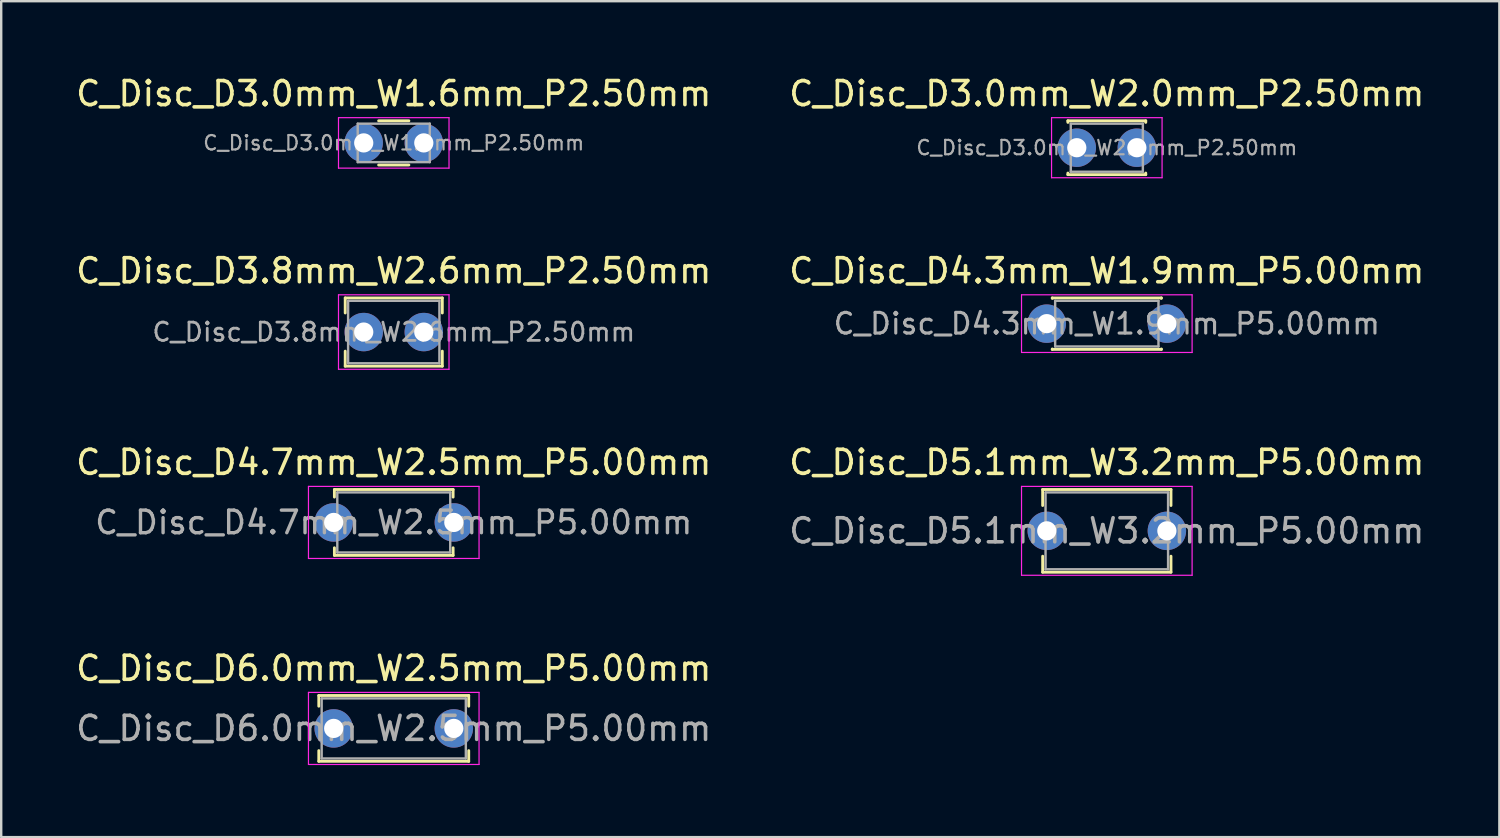
<source format=kicad_pcb>
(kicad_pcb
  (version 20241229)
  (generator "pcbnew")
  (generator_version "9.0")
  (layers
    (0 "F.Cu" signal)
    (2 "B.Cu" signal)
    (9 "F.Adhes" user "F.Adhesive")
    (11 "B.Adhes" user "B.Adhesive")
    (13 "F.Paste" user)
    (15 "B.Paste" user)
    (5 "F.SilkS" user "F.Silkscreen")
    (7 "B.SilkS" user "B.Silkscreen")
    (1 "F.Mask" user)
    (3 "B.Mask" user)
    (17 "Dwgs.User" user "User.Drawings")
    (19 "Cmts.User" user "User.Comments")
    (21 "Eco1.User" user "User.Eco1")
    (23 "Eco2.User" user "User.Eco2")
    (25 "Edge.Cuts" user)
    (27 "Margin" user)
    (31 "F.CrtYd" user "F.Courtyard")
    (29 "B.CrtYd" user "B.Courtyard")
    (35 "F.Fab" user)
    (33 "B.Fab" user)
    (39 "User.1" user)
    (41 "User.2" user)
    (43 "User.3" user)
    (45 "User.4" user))
  (footprint "C_Disc_D3.0mm_W1.6mm_P2.50mm"
    (layer "F.Cu")
    (at 12.089 2.898)
    (property "Reference" "C_Disc_D3.0mm_W1.6mm_P2.50mm" (at 1.25 -2.05 0) (layer "F.SilkS") (effects (font (size 1 1) (thickness 0.15))))
    (attr through_hole)
    (fp_line (start 0.621 -0.92) (end 1.879 -0.92) (stroke (width 0.12) (type solid)) (layer "F.SilkS"))
    (fp_line (start 0.621 0.92) (end 1.879 0.92) (stroke (width 0.12) (type solid)) (layer "F.SilkS"))
    (fp_line (start -1.05 -1.05) (end -1.05 1.05) (stroke (width 0.05) (type solid)) (layer "F.CrtYd"))
    (fp_line (start -1.05 1.05) (end 3.55 1.05) (stroke (width 0.05) (type solid)) (layer "F.CrtYd"))
    (fp_line (start 3.55 -1.05) (end -1.05 -1.05) (stroke (width 0.05) (type solid)) (layer "F.CrtYd"))
    (fp_line (start 3.55 1.05) (end 3.55 -1.05) (stroke (width 0.05) (type solid)) (layer "F.CrtYd"))
    (fp_line (start -0.25 -0.8) (end -0.25 0.8) (stroke (width 0.1) (type solid)) (layer "F.Fab"))
    (fp_line (start -0.25 0.8) (end 2.75 0.8) (stroke (width 0.1) (type solid)) (layer "F.Fab"))
    (fp_line (start 2.75 -0.8) (end -0.25 -0.8) (stroke (width 0.1) (type solid)) (layer "F.Fab"))
    (fp_line (start 2.75 0.8) (end 2.75 -0.8) (stroke (width 0.1) (type solid)) (layer "F.Fab"))
    (fp_text user "${REFERENCE}" (at 1.25 0 0) (layer "F.Fab") (effects (font (size 0.6 0.6) (thickness 0.09))))
    (pad "1" thru_hole circle (at 0 0) (size 1.6 1.6) (drill 0.8) (layers "*.Cu" "*.Mask"))
    (pad "2" thru_hole circle (at 2.5 0) (size 1.6 1.6) (drill 0.8) (layers "*.Cu" "*.Mask")))
  (footprint "C_Disc_D3.0mm_W2.0mm_P2.50mm"
    (layer "F.Cu")
    (at 41.768 3.098)
    (property "Reference" "C_Disc_D3.0mm_W2.0mm_P2.50mm" (at 1.25 -2.25 0) (layer "F.SilkS") (effects (font (size 1 1) (thickness 0.15))))
    (attr through_hole)
    (fp_line (start -0.37 -1.12) (end -0.37 -1.055) (stroke (width 0.12) (type solid)) (layer "F.SilkS"))
    (fp_line (start -0.37 -1.12) (end 2.87 -1.12) (stroke (width 0.12) (type solid)) (layer "F.SilkS"))
    (fp_line (start -0.37 1.055) (end -0.37 1.12) (stroke (width 0.12) (type solid)) (layer "F.SilkS"))
    (fp_line (start -0.37 1.12) (end 2.87 1.12) (stroke (width 0.12) (type solid)) (layer "F.SilkS"))
    (fp_line (start 2.87 -1.12) (end 2.87 -1.055) (stroke (width 0.12) (type solid)) (layer "F.SilkS"))
    (fp_line (start 2.87 1.055) (end 2.87 1.12) (stroke (width 0.12) (type solid)) (layer "F.SilkS"))
    (fp_line (start -1.05 -1.25) (end -1.05 1.25) (stroke (width 0.05) (type solid)) (layer "F.CrtYd"))
    (fp_line (start -1.05 1.25) (end 3.55 1.25) (stroke (width 0.05) (type solid)) (layer "F.CrtYd"))
    (fp_line (start 3.55 -1.25) (end -1.05 -1.25) (stroke (width 0.05) (type solid)) (layer "F.CrtYd"))
    (fp_line (start 3.55 1.25) (end 3.55 -1.25) (stroke (width 0.05) (type solid)) (layer "F.CrtYd"))
    (fp_line (start -0.25 -1) (end -0.25 1) (stroke (width 0.1) (type solid)) (layer "F.Fab"))
    (fp_line (start -0.25 1) (end 2.75 1) (stroke (width 0.1) (type solid)) (layer "F.Fab"))
    (fp_line (start 2.75 -1) (end -0.25 -1) (stroke (width 0.1) (type solid)) (layer "F.Fab"))
    (fp_line (start 2.75 1) (end 2.75 -1) (stroke (width 0.1) (type solid)) (layer "F.Fab"))
    (fp_text user "${REFERENCE}" (at 1.25 0 0) (layer "F.Fab") (effects (font (size 0.6 0.6) (thickness 0.09))))
    (pad "1" thru_hole circle (at 0 0) (size 1.6 1.6) (drill 0.8) (layers "*.Cu" "*.Mask"))
    (pad "2" thru_hole circle (at 2.5 0) (size 1.6 1.6) (drill 0.8) (layers "*.Cu" "*.Mask")))
  (footprint "C_Disc_D3.8mm_W2.6mm_P2.50mm"
    (layer "F.Cu")
    (at 12.089 10.771)
    (property "Reference" "C_Disc_D3.8mm_W2.6mm_P2.50mm" (at 1.25 -2.55 0) (layer "F.SilkS") (effects (font (size 1 1) (thickness 0.15))))
    (attr through_hole)
    (fp_line (start -0.77 -1.42) (end -0.77 -0.795) (stroke (width 0.12) (type solid)) (layer "F.SilkS"))
    (fp_line (start -0.77 -1.42) (end 3.27 -1.42) (stroke (width 0.12) (type solid)) (layer "F.SilkS"))
    (fp_line (start -0.77 0.795) (end -0.77 1.42) (stroke (width 0.12) (type solid)) (layer "F.SilkS"))
    (fp_line (start -0.77 1.42) (end 3.27 1.42) (stroke (width 0.12) (type solid)) (layer "F.SilkS"))
    (fp_line (start 3.27 -1.42) (end 3.27 -0.795) (stroke (width 0.12) (type solid)) (layer "F.SilkS"))
    (fp_line (start 3.27 0.795) (end 3.27 1.42) (stroke (width 0.12) (type solid)) (layer "F.SilkS"))
    (fp_line (start -1.05 -1.55) (end -1.05 1.55) (stroke (width 0.05) (type solid)) (layer "F.CrtYd"))
    (fp_line (start -1.05 1.55) (end 3.55 1.55) (stroke (width 0.05) (type solid)) (layer "F.CrtYd"))
    (fp_line (start 3.55 -1.55) (end -1.05 -1.55) (stroke (width 0.05) (type solid)) (layer "F.CrtYd"))
    (fp_line (start 3.55 1.55) (end 3.55 -1.55) (stroke (width 0.05) (type solid)) (layer "F.CrtYd"))
    (fp_line (start -0.65 -1.3) (end -0.65 1.3) (stroke (width 0.1) (type solid)) (layer "F.Fab"))
    (fp_line (start -0.65 1.3) (end 3.15 1.3) (stroke (width 0.1) (type solid)) (layer "F.Fab"))
    (fp_line (start 3.15 -1.3) (end -0.65 -1.3) (stroke (width 0.1) (type solid)) (layer "F.Fab"))
    (fp_line (start 3.15 1.3) (end 3.15 -1.3) (stroke (width 0.1) (type solid)) (layer "F.Fab"))
    (fp_text user "${REFERENCE}" (at 1.25 0 0) (layer "F.Fab") (effects (font (size 0.76 0.76) (thickness 0.114))))
    (pad "1" thru_hole circle (at 0 0) (size 1.6 1.6) (drill 0.8) (layers "*.Cu" "*.Mask"))
    (pad "2" thru_hole circle (at 2.5 0) (size 1.6 1.6) (drill 0.8) (layers "*.Cu" "*.Mask")))
  (footprint "C_Disc_D5.1mm_W3.2mm_P5.00mm"
    (layer "F.Cu")
    (at 40.518 19.045)
    (property "Reference" "C_Disc_D5.1mm_W3.2mm_P5.00mm" (at 2.5 -2.85 0) (layer "F.SilkS") (effects (font (size 1 1) (thickness 0.15))))
    (attr through_hole)
    (fp_line (start -0.17 -1.721) (end -0.17 -1.055) (stroke (width 0.12) (type solid)) (layer "F.SilkS"))
    (fp_line (start -0.17 -1.721) (end 5.17 -1.721) (stroke (width 0.12) (type solid)) (layer "F.SilkS"))
    (fp_line (start -0.17 1.055) (end -0.17 1.721) (stroke (width 0.12) (type solid)) (layer "F.SilkS"))
    (fp_line (start -0.17 1.721) (end 5.17 1.721) (stroke (width 0.12) (type solid)) (layer "F.SilkS"))
    (fp_line (start 5.17 -1.721) (end 5.17 -1.055) (stroke (width 0.12) (type solid)) (layer "F.SilkS"))
    (fp_line (start 5.17 1.055) (end 5.17 1.721) (stroke (width 0.12) (type solid)) (layer "F.SilkS"))
    (fp_line (start -1.05 -1.85) (end -1.05 1.85) (stroke (width 0.05) (type solid)) (layer "F.CrtYd"))
    (fp_line (start -1.05 1.85) (end 6.05 1.85) (stroke (width 0.05) (type solid)) (layer "F.CrtYd"))
    (fp_line (start 6.05 -1.85) (end -1.05 -1.85) (stroke (width 0.05) (type solid)) (layer "F.CrtYd"))
    (fp_line (start 6.05 1.85) (end 6.05 -1.85) (stroke (width 0.05) (type solid)) (layer "F.CrtYd"))
    (fp_line (start -0.05 -1.6) (end -0.05 1.6) (stroke (width 0.1) (type solid)) (layer "F.Fab"))
    (fp_line (start -0.05 1.6) (end 5.05 1.6) (stroke (width 0.1) (type solid)) (layer "F.Fab"))
    (fp_line (start 5.05 -1.6) (end -0.05 -1.6) (stroke (width 0.1) (type solid)) (layer "F.Fab"))
    (fp_line (start 5.05 1.6) (end 5.05 -1.6) (stroke (width 0.1) (type solid)) (layer "F.Fab"))
    (fp_text user "${REFERENCE}" (at 2.5 0 0) (layer "F.Fab") (effects (font (size 1 1) (thickness 0.15))))
    (pad "1" thru_hole circle (at 0 0) (size 1.6 1.6) (drill 0.8) (layers "*.Cu" "*.Mask"))
    (pad "2" thru_hole circle (at 5 0) (size 1.6 1.6) (drill 0.8) (layers "*.Cu" "*.Mask")))
  (footprint "C_Disc_D4.7mm_W2.5mm_P5.00mm"
    (layer "F.Cu")
    (at 10.839 18.695)
    (property "Reference" "C_Disc_D4.7mm_W2.5mm_P5.00mm" (at 2.5 -2.5 0) (layer "F.SilkS") (effects (font (size 1 1) (thickness 0.15))))
    (attr through_hole)
    (fp_line (start 0.03 -1.37) (end 0.03 -1.055) (stroke (width 0.12) (type solid)) (layer "F.SilkS"))
    (fp_line (start 0.03 -1.37) (end 4.97 -1.37) (stroke (width 0.12) (type solid)) (layer "F.SilkS"))
    (fp_line (start 0.03 1.055) (end 0.03 1.37) (stroke (width 0.12) (type solid)) (layer "F.SilkS"))
    (fp_line (start 0.03 1.37) (end 4.97 1.37) (stroke (width 0.12) (type solid)) (layer "F.SilkS"))
    (fp_line (start 4.97 -1.37) (end 4.97 -1.055) (stroke (width 0.12) (type solid)) (layer "F.SilkS"))
    (fp_line (start 4.97 1.055) (end 4.97 1.37) (stroke (width 0.12) (type solid)) (layer "F.SilkS"))
    (fp_line (start -1.05 -1.5) (end -1.05 1.5) (stroke (width 0.05) (type solid)) (layer "F.CrtYd"))
    (fp_line (start -1.05 1.5) (end 6.05 1.5) (stroke (width 0.05) (type solid)) (layer "F.CrtYd"))
    (fp_line (start 6.05 -1.5) (end -1.05 -1.5) (stroke (width 0.05) (type solid)) (layer "F.CrtYd"))
    (fp_line (start 6.05 1.5) (end 6.05 -1.5) (stroke (width 0.05) (type solid)) (layer "F.CrtYd"))
    (fp_line (start 0.15 -1.25) (end 0.15 1.25) (stroke (width 0.1) (type solid)) (layer "F.Fab"))
    (fp_line (start 0.15 1.25) (end 4.85 1.25) (stroke (width 0.1) (type solid)) (layer "F.Fab"))
    (fp_line (start 4.85 -1.25) (end 0.15 -1.25) (stroke (width 0.1) (type solid)) (layer "F.Fab"))
    (fp_line (start 4.85 1.25) (end 4.85 -1.25) (stroke (width 0.1) (type solid)) (layer "F.Fab"))
    (fp_text user "${REFERENCE}" (at 2.5 0 0) (layer "F.Fab") (effects (font (size 0.94 0.94) (thickness 0.141))))
    (pad "1" thru_hole circle (at 0 0) (size 1.6 1.6) (drill 0.8) (layers "*.Cu" "*.Mask"))
    (pad "2" thru_hole circle (at 5 0) (size 1.6 1.6) (drill 0.8) (layers "*.Cu" "*.Mask")))
  (footprint "C_Disc_D6.0mm_W2.5mm_P5.00mm"
    (layer "F.Cu")
    (at 10.839 27.268)
    (property "Reference" "C_Disc_D6.0mm_W2.5mm_P5.00mm" (at 2.5 -2.5 0) (layer "F.SilkS") (effects (font (size 1 1) (thickness 0.15))))
    (attr through_hole)
    (fp_line (start -0.62 -1.37) (end -0.62 -0.925) (stroke (width 0.12) (type solid)) (layer "F.SilkS"))
    (fp_line (start -0.62 -1.37) (end 5.62 -1.37) (stroke (width 0.12) (type solid)) (layer "F.SilkS"))
    (fp_line (start -0.62 0.925) (end -0.62 1.37) (stroke (width 0.12) (type solid)) (layer "F.SilkS"))
    (fp_line (start -0.62 1.37) (end 5.62 1.37) (stroke (width 0.12) (type solid)) (layer "F.SilkS"))
    (fp_line (start 5.62 -1.37) (end 5.62 -0.925) (stroke (width 0.12) (type solid)) (layer "F.SilkS"))
    (fp_line (start 5.62 0.925) (end 5.62 1.37) (stroke (width 0.12) (type solid)) (layer "F.SilkS"))
    (fp_line (start -1.05 -1.5) (end -1.05 1.5) (stroke (width 0.05) (type solid)) (layer "F.CrtYd"))
    (fp_line (start -1.05 1.5) (end 6.05 1.5) (stroke (width 0.05) (type solid)) (layer "F.CrtYd"))
    (fp_line (start 6.05 -1.5) (end -1.05 -1.5) (stroke (width 0.05) (type solid)) (layer "F.CrtYd"))
    (fp_line (start 6.05 1.5) (end 6.05 -1.5) (stroke (width 0.05) (type solid)) (layer "F.CrtYd"))
    (fp_line (start -0.5 -1.25) (end -0.5 1.25) (stroke (width 0.1) (type solid)) (layer "F.Fab"))
    (fp_line (start -0.5 1.25) (end 5.5 1.25) (stroke (width 0.1) (type solid)) (layer "F.Fab"))
    (fp_line (start 5.5 -1.25) (end -0.5 -1.25) (stroke (width 0.1) (type solid)) (layer "F.Fab"))
    (fp_line (start 5.5 1.25) (end 5.5 -1.25) (stroke (width 0.1) (type solid)) (layer "F.Fab"))
    (fp_text user "${REFERENCE}" (at 2.5 0 0) (layer "F.Fab") (effects (font (size 1 1) (thickness 0.15))))
    (pad "1" thru_hole circle (at 0 0) (size 1.6 1.6) (drill 0.8) (layers "*.Cu" "*.Mask"))
    (pad "2" thru_hole circle (at 5 0) (size 1.6 1.6) (drill 0.8) (layers "*.Cu" "*.Mask")))
  (footprint "C_Disc_D4.3mm_W1.9mm_P5.00mm"
    (layer "F.Cu")
    (at 40.518 10.421)
    (property "Reference" "C_Disc_D4.3mm_W1.9mm_P5.00mm" (at 2.5 -2.2 0) (layer "F.SilkS") (effects (font (size 1 1) (thickness 0.15))))
    (attr through_hole)
    (fp_line (start 0.23 -1.07) (end 0.23 -1.055) (stroke (width 0.12) (type solid)) (layer "F.SilkS"))
    (fp_line (start 0.23 -1.07) (end 4.77 -1.07) (stroke (width 0.12) (type solid)) (layer "F.SilkS"))
    (fp_line (start 0.23 1.055) (end 0.23 1.07) (stroke (width 0.12) (type solid)) (layer "F.SilkS"))
    (fp_line (start 0.23 1.07) (end 4.77 1.07) (stroke (width 0.12) (type solid)) (layer "F.SilkS"))
    (fp_line (start 4.77 -1.07) (end 4.77 -1.055) (stroke (width 0.12) (type solid)) (layer "F.SilkS"))
    (fp_line (start 4.77 1.055) (end 4.77 1.07) (stroke (width 0.12) (type solid)) (layer "F.SilkS"))
    (fp_line (start -1.05 -1.2) (end -1.05 1.2) (stroke (width 0.05) (type solid)) (layer "F.CrtYd"))
    (fp_line (start -1.05 1.2) (end 6.05 1.2) (stroke (width 0.05) (type solid)) (layer "F.CrtYd"))
    (fp_line (start 6.05 -1.2) (end -1.05 -1.2) (stroke (width 0.05) (type solid)) (layer "F.CrtYd"))
    (fp_line (start 6.05 1.2) (end 6.05 -1.2) (stroke (width 0.05) (type solid)) (layer "F.CrtYd"))
    (fp_line (start 0.35 -0.95) (end 0.35 0.95) (stroke (width 0.1) (type solid)) (layer "F.Fab"))
    (fp_line (start 0.35 0.95) (end 4.65 0.95) (stroke (width 0.1) (type solid)) (layer "F.Fab"))
    (fp_line (start 4.65 -0.95) (end 0.35 -0.95) (stroke (width 0.1) (type solid)) (layer "F.Fab"))
    (fp_line (start 4.65 0.95) (end 4.65 -0.95) (stroke (width 0.1) (type solid)) (layer "F.Fab"))
    (fp_text user "${REFERENCE}" (at 2.5 0 0) (layer "F.Fab") (effects (font (size 0.86 0.86) (thickness 0.129))))
    (pad "1" thru_hole circle (at 0 0) (size 1.6 1.6) (drill 0.8) (layers "*.Cu" "*.Mask"))
    (pad "2" thru_hole circle (at 5 0) (size 1.6 1.6) (drill 0.8) (layers "*.Cu" "*.Mask")))
  (gr_rect
    (start -3 -3)
    (end 59.357 31.793)
    (stroke (width 0.1) (type default))
    (fill no)
    (layer "Edge.Cuts")))
</source>
